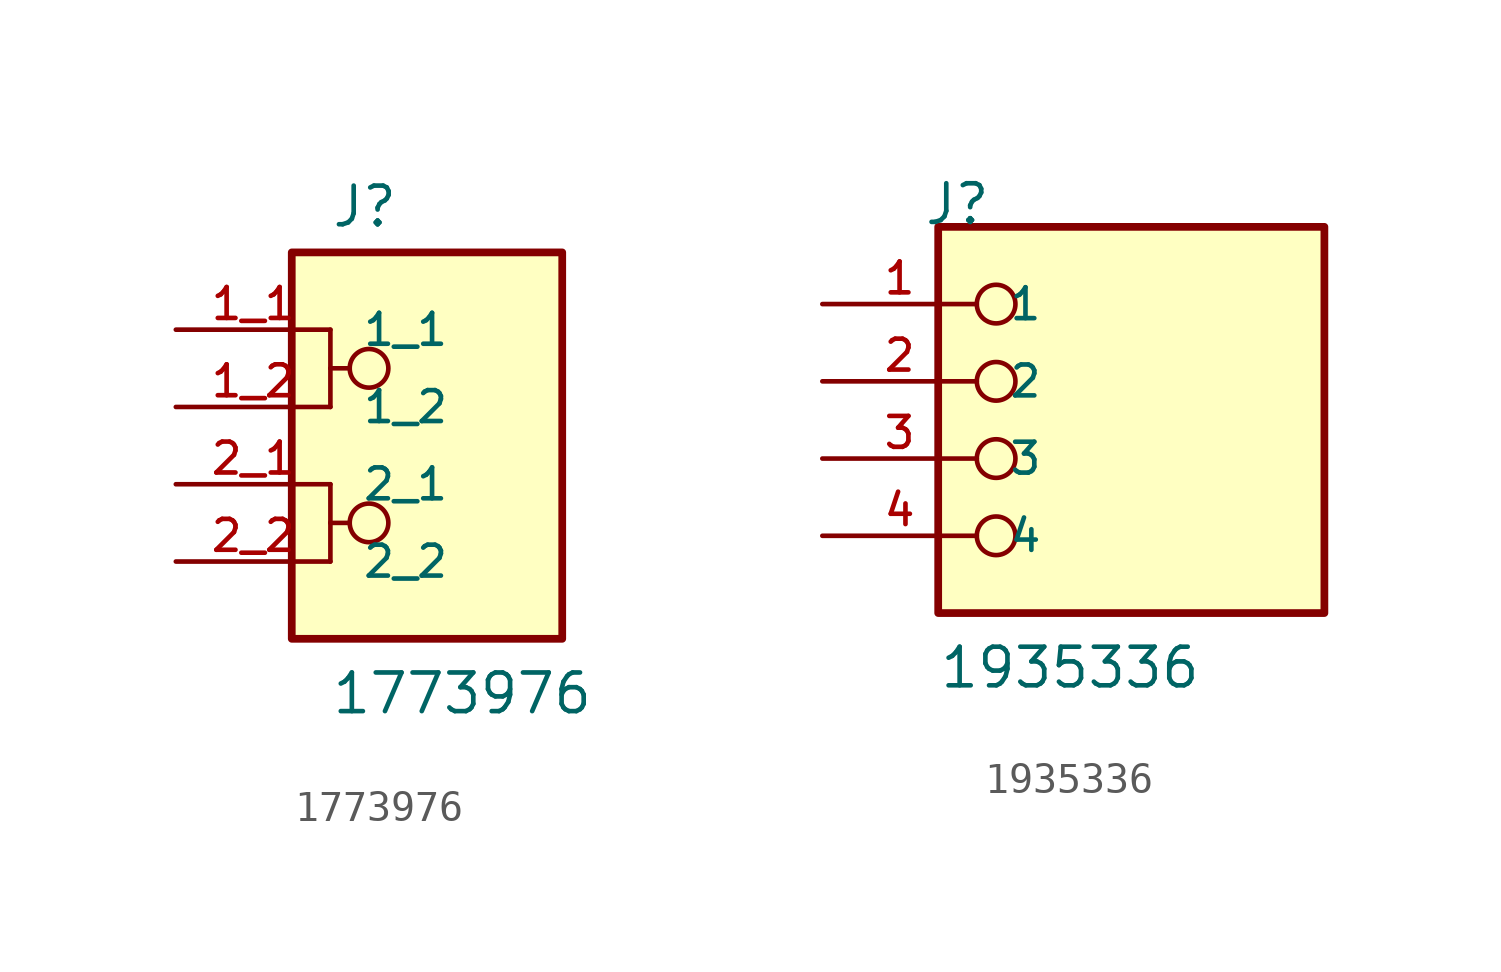
<source format=kicad_sym>
(kicad_symbol_lib
  (version 20241209)
  (generator "kicad_symbol_editor")
  (generator_version "9.0")
  (symbol "1773976"
    (pin_names
      (offset 1.016))
    (property "Reference" "J"
      (at -2.54 5.842 0)
      (effects (font (size 1.27 1.27)) (justify left bottom)))
    (property "Value" "1773976"
      (at -2.54 -10.16 0)
      (effects (font (size 1.27 1.27)) (justify left bottom)))
    (symbol "1773976_0_0"
      (rectangle (start -3.81 -7.62) (end 5.08 5.08) (stroke (width 0.254) (type default)) (fill (type background)))
      (polyline (pts (xy -2.54 2.54) (xy -2.54 1.27)) (stroke (width 0.152) (type default)) (fill (type none)))
      (polyline (pts (xy -2.54 1.27) (xy -2.54 0)) (stroke (width 0.152) (type default)) (fill (type none)))
      (polyline (pts (xy -2.54 1.27) (xy -1.905 1.27)) (stroke (width 0.152) (type default)) (fill (type none)))
      (polyline (pts (xy -2.54 -2.54) (xy -2.54 -3.81)) (stroke (width 0.152) (type default)) (fill (type none)))
      (polyline (pts (xy -2.54 -3.81) (xy -2.54 -5.08)) (stroke (width 0.152) (type default)) (fill (type none)))
      (polyline (pts (xy -2.54 -3.81) (xy -1.905 -3.81)) (stroke (width 0.152) (type default)) (fill (type none)))
      (circle (center -1.27 1.27) (radius 0.635) (stroke (width 0.152) (type default)) (fill (type none)))
      (circle (center -1.27 -3.81) (radius 0.635) (stroke (width 0.152) (type default)) (fill (type none)))
      (pin passive line (at -7.62 2.54 0) (length 5.08) (name "1_1" (effects (font (size 1.016 1.016)))) (number "1_1" (effects (font (size 1.016 1.016)))))
      (pin passive line (at -7.62 0 0) (length 5.08) (name "1_2" (effects (font (size 1.016 1.016)))) (number "1_2" (effects (font (size 1.016 1.016)))))
      (pin passive line (at -7.62 -2.54 0) (length 5.08) (name "2_1" (effects (font (size 1.016 1.016)))) (number "2_1" (effects (font (size 1.016 1.016)))))
      (pin passive line (at -7.62 -5.08 0) (length 5.08) (name "2_2" (effects (font (size 1.016 1.016)))) (number "2_2" (effects (font (size 1.016 1.016)))))))
  (symbol "1935336"
    (pin_names
      (offset 1.016))
    (property "Reference" "J"
      (at -6.85 7.62 0)
      (effects (font (size 1.27 1.27)) (justify left bottom)))
    (property "Value" "1935336"
      (at -6.35 -7.62 0)
      (effects (font (size 1.27 1.27)) (justify left bottom)))
    (symbol "1935336_0_0"
      (rectangle (start -6.35 -5.08) (end 6.35 7.62) (stroke (width 0.254) (type default)) (fill (type background)))
      (circle (center -4.445 5.08) (radius 0.635) (stroke (width 0.152) (type default)) (fill (type none)))
      (circle (center -4.445 2.54) (radius 0.635) (stroke (width 0.152) (type default)) (fill (type none)))
      (circle (center -4.445 0) (radius 0.635) (stroke (width 0.152) (type default)) (fill (type none)))
      (circle (center -4.445 -2.54) (radius 0.635) (stroke (width 0.152) (type default)) (fill (type none)))
      (pin passive line (at -10.16 5.08 0) (length 5.08) (name "1" (effects (font (size 1.016 1.016)))) (number "1" (effects (font (size 1.016 1.016)))))
      (pin passive line (at -10.16 2.54 0) (length 5.08) (name "2" (effects (font (size 1.016 1.016)))) (number "2" (effects (font (size 1.016 1.016)))))
      (pin passive line (at -10.16 0 0) (length 5.08) (name "3" (effects (font (size 1.016 1.016)))) (number "3" (effects (font (size 1.016 1.016)))))
      (pin passive line (at -10.16 -2.54 0) (length 5.08) (name "4" (effects (font (size 1.016 1.016)))) (number "4" (effects (font (size 1.016 1.016))))))))
</source>
